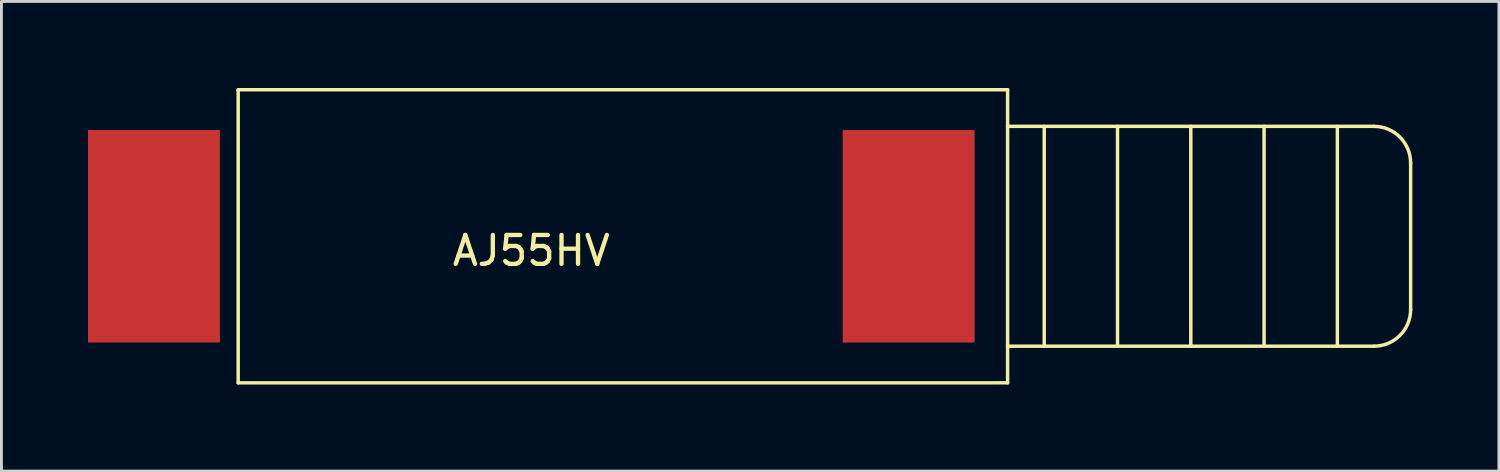
<source format=kicad_pcb>
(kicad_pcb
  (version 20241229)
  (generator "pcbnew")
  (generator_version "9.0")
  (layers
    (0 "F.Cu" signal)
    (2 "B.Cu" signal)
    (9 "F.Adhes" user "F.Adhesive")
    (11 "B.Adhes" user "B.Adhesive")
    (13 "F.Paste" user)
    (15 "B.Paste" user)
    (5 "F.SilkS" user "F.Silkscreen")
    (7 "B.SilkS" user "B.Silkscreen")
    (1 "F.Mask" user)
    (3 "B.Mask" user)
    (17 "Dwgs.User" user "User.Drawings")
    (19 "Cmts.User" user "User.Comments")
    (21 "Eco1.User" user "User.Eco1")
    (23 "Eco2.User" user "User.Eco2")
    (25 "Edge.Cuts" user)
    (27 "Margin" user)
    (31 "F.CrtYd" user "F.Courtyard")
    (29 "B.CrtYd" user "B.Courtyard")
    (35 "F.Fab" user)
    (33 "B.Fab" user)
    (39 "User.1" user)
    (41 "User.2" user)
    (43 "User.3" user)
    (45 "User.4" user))
  (footprint "AJ55HV"
    (layer "F.Cu")
    (at 15.366 5.14)
    (property "Reference" "AJ55HV" (at 0 0.5 0) (layer "F.SilkS") (effects (font (size 1 1) (thickness 0.15))))
    (attr through_hole)
    (fp_line (start -10.16 -5.08) (end -10.16 5.08) (stroke (width 0.12) (type solid)) (layer "F.SilkS"))
    (fp_line (start -10.16 5.08) (end 16.51 5.08) (stroke (width 0.12) (type solid)) (layer "F.SilkS"))
    (fp_line (start 16.51 -5.08) (end -10.16 -5.08) (stroke (width 0.12) (type solid)) (layer "F.SilkS"))
    (fp_line (start 16.51 -3.81) (end 16.51 -5.08) (stroke (width 0.12) (type solid)) (layer "F.SilkS"))
    (fp_line (start 16.51 -3.81) (end 16.51 3.81) (stroke (width 0.12) (type solid)) (layer "F.SilkS"))
    (fp_line (start 16.51 3.81) (end 29.21 3.81) (stroke (width 0.12) (type solid)) (layer "F.SilkS"))
    (fp_line (start 16.51 5.08) (end 16.51 3.81) (stroke (width 0.12) (type solid)) (layer "F.SilkS"))
    (fp_line (start 17.78 -3.81) (end 17.78 3.81) (stroke (width 0.12) (type solid)) (layer "F.SilkS"))
    (fp_line (start 20.32 -3.81) (end 20.32 3.81) (stroke (width 0.12) (type solid)) (layer "F.SilkS"))
    (fp_line (start 22.86 -3.81) (end 22.86 3.81) (stroke (width 0.12) (type solid)) (layer "F.SilkS"))
    (fp_line (start 25.4 -3.81) (end 25.4 3.81) (stroke (width 0.12) (type solid)) (layer "F.SilkS"))
    (fp_line (start 27.94 -3.81) (end 27.94 3.81) (stroke (width 0.12) (type solid)) (layer "F.SilkS"))
    (fp_line (start 29.21 -3.81) (end 16.51 -3.81) (stroke (width 0.12) (type solid)) (layer "F.SilkS"))
    (fp_line (start 30.48 -2.54) (end 30.48 2.54) (stroke (width 0.12) (type solid)) (layer "F.SilkS"))
    (fp_arc (start 29.21 -3.81) (mid 30.108026 -3.438026) (end 30.48 -2.54) (stroke (width 0.12) (type solid)) (layer "F.SilkS"))
    (fp_arc (start 30.48 2.54) (mid 30.108026 3.438026) (end 29.21 3.81) (stroke (width 0.12) (type solid)) (layer "F.SilkS"))
    (pad "1" smd rect (at 13.08 0) (size 4.572 7.366) (layers "F.Cu" "F.Mask" "F.Paste"))
    (pad "2" smd rect (at -13.08 0) (size 4.572 7.366) (layers "F.Cu" "F.Mask" "F.Paste")))
  (gr_rect
    (start -3 -3)
    (end 48.906 13.28)
    (stroke (width 0.1) (type default))
    (fill no)
    (layer "Edge.Cuts")))
</source>
